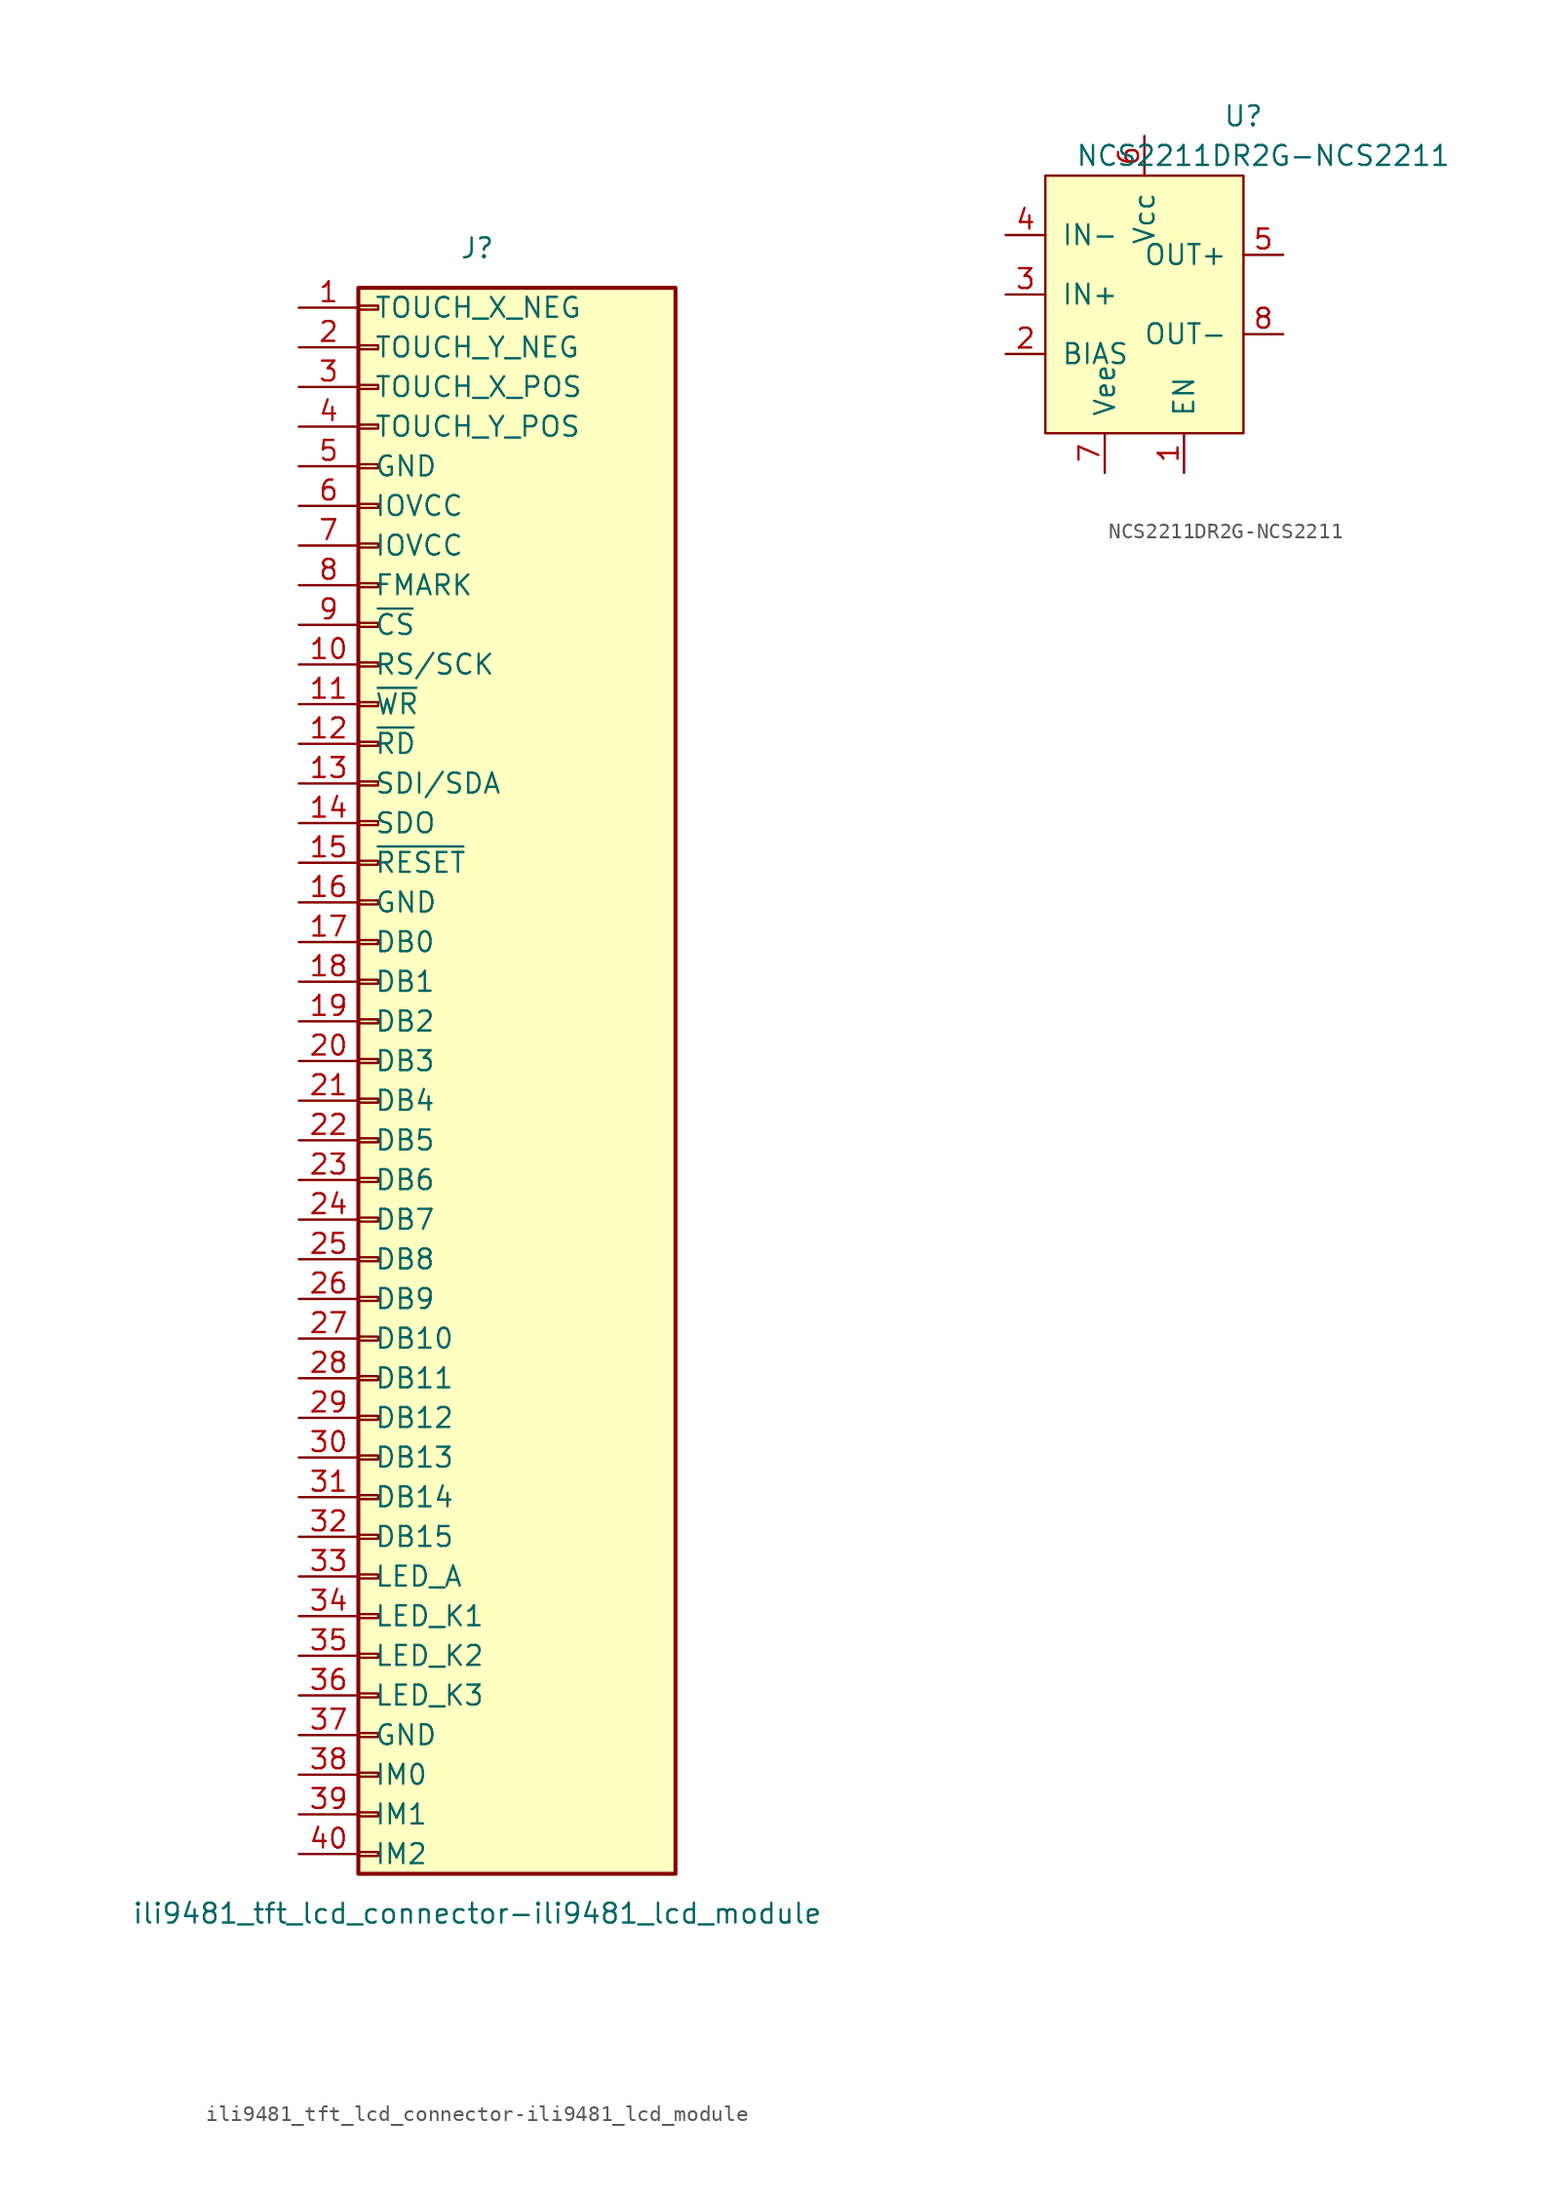
<source format=kicad_sym>
(kicad_symbol_lib
  (version 20220914)
  (generator kicad_symbol_editor)
  (symbol "ili9481_tft_lcd_connector-ili9481_lcd_module"
    (pin_names
      (offset 1.016))
    (property "Reference" "J"
      (at 0 52.07 0)
      (effects (font (size 1.27 1.27))))
    (property "Value" "ili9481_tft_lcd_connector-ili9481_lcd_module"
      (at 0 -54.61 0)
      (effects (font (size 1.27 1.27))))
    (symbol "ili9481_tft_lcd_connector-ili9481_lcd_module_1_1"
      (rectangle (start -7.62 -50.673) (end -6.35 -50.927) (stroke (width 0.152) (type solid)) (fill (type none)))
      (rectangle (start -7.62 -48.133) (end -6.35 -48.387) (stroke (width 0.152) (type solid)) (fill (type none)))
      (rectangle (start -7.62 -45.593) (end -6.35 -45.847) (stroke (width 0.152) (type solid)) (fill (type none)))
      (rectangle (start -7.62 -43.053) (end -6.35 -43.307) (stroke (width 0.152) (type solid)) (fill (type none)))
      (rectangle (start -7.62 -40.513) (end -6.35 -40.767) (stroke (width 0.152) (type solid)) (fill (type none)))
      (rectangle (start -7.62 -37.973) (end -6.35 -38.227) (stroke (width 0.152) (type solid)) (fill (type none)))
      (rectangle (start -7.62 -35.433) (end -6.35 -35.687) (stroke (width 0.152) (type solid)) (fill (type none)))
      (rectangle (start -7.62 -32.893) (end -6.35 -33.147) (stroke (width 0.152) (type solid)) (fill (type none)))
      (rectangle (start -7.62 -30.353) (end -6.35 -30.607) (stroke (width 0.152) (type solid)) (fill (type none)))
      (rectangle (start -7.62 -27.813) (end -6.35 -28.067) (stroke (width 0.152) (type solid)) (fill (type none)))
      (rectangle (start -7.62 -25.273) (end -6.35 -25.527) (stroke (width 0.152) (type solid)) (fill (type none)))
      (rectangle (start -7.62 -22.733) (end -6.35 -22.987) (stroke (width 0.152) (type solid)) (fill (type none)))
      (rectangle (start -7.62 -20.193) (end -6.35 -20.447) (stroke (width 0.152) (type solid)) (fill (type none)))
      (rectangle (start -7.62 -17.653) (end -6.35 -17.907) (stroke (width 0.152) (type solid)) (fill (type none)))
      (rectangle (start -7.62 -15.113) (end -6.35 -15.367) (stroke (width 0.152) (type solid)) (fill (type none)))
      (rectangle (start -7.62 -12.573) (end -6.35 -12.827) (stroke (width 0.152) (type solid)) (fill (type none)))
      (rectangle (start -7.62 -10.033) (end -6.35 -10.287) (stroke (width 0.152) (type solid)) (fill (type none)))
      (rectangle (start -7.62 -7.493) (end -6.35 -7.747) (stroke (width 0.152) (type solid)) (fill (type none)))
      (rectangle (start -7.62 -4.953) (end -6.35 -5.207) (stroke (width 0.152) (type solid)) (fill (type none)))
      (rectangle (start -7.62 -2.413) (end -6.35 -2.667) (stroke (width 0.152) (type solid)) (fill (type none)))
      (rectangle (start -7.62 0.127) (end -6.35 -0.127) (stroke (width 0.152) (type solid)) (fill (type none)))
      (rectangle (start -7.62 2.667) (end -6.35 2.413) (stroke (width 0.152) (type solid)) (fill (type none)))
      (rectangle (start -7.62 5.207) (end -6.35 4.953) (stroke (width 0.152) (type solid)) (fill (type none)))
      (rectangle (start -7.62 7.747) (end -6.35 7.493) (stroke (width 0.152) (type solid)) (fill (type none)))
      (rectangle (start -7.62 10.287) (end -6.35 10.033) (stroke (width 0.152) (type solid)) (fill (type none)))
      (rectangle (start -7.62 12.827) (end -6.35 12.573) (stroke (width 0.152) (type solid)) (fill (type none)))
      (rectangle (start -7.62 15.367) (end -6.35 15.113) (stroke (width 0.152) (type solid)) (fill (type none)))
      (rectangle (start -7.62 17.907) (end -6.35 17.653) (stroke (width 0.152) (type solid)) (fill (type none)))
      (rectangle (start -7.62 20.447) (end -6.35 20.193) (stroke (width 0.152) (type solid)) (fill (type none)))
      (rectangle (start -7.62 22.987) (end -6.35 22.733) (stroke (width 0.152) (type solid)) (fill (type none)))
      (rectangle (start -7.62 25.527) (end -6.35 25.273) (stroke (width 0.152) (type solid)) (fill (type none)))
      (rectangle (start -7.62 28.067) (end -6.35 27.813) (stroke (width 0.152) (type solid)) (fill (type none)))
      (rectangle (start -7.62 30.607) (end -6.35 30.353) (stroke (width 0.152) (type solid)) (fill (type none)))
      (rectangle (start -7.62 33.147) (end -6.35 32.893) (stroke (width 0.152) (type solid)) (fill (type none)))
      (rectangle (start -7.62 35.687) (end -6.35 35.433) (stroke (width 0.152) (type solid)) (fill (type none)))
      (rectangle (start -7.62 38.227) (end -6.35 37.973) (stroke (width 0.152) (type solid)) (fill (type none)))
      (rectangle (start -7.62 40.767) (end -6.35 40.513) (stroke (width 0.152) (type solid)) (fill (type none)))
      (rectangle (start -7.62 43.307) (end -6.35 43.053) (stroke (width 0.152) (type solid)) (fill (type none)))
      (rectangle (start -7.62 45.847) (end -6.35 45.593) (stroke (width 0.152) (type solid)) (fill (type none)))
      (rectangle (start -7.62 48.387) (end -6.35 48.133) (stroke (width 0.152) (type solid)) (fill (type none)))
      (rectangle (start -7.62 49.53) (end 12.7 -52.07) (stroke (width 0.254) (type solid)) (fill (type background)))
      (pin passive line (at -11.43 48.26 0) (length 3.81) (name "TOUCH_X_NEG" (effects (font (size 1.27 1.27)))) (number "1" (effects (font (size 1.27 1.27)))))
      (pin passive line (at -11.43 25.4 0) (length 3.81) (name "RS/SCK" (effects (font (size 1.27 1.27)))) (number "10" (effects (font (size 1.27 1.27)))))
      (pin passive line (at -11.43 22.86 0) (length 3.81) (name "~{WR}" (effects (font (size 1.27 1.27)))) (number "11" (effects (font (size 1.27 1.27)))))
      (pin passive line (at -11.43 20.32 0) (length 3.81) (name "~{RD}" (effects (font (size 1.27 1.27)))) (number "12" (effects (font (size 1.27 1.27)))))
      (pin passive line (at -11.43 17.78 0) (length 3.81) (name "SDI/SDA" (effects (font (size 1.27 1.27)))) (number "13" (effects (font (size 1.27 1.27)))))
      (pin passive line (at -11.43 15.24 0) (length 3.81) (name "SDO" (effects (font (size 1.27 1.27)))) (number "14" (effects (font (size 1.27 1.27)))))
      (pin passive line (at -11.43 12.7 0) (length 3.81) (name "~{RESET}" (effects (font (size 1.27 1.27)))) (number "15" (effects (font (size 1.27 1.27)))))
      (pin power_in line (at -11.43 10.16 0) (length 3.81) (name "GND" (effects (font (size 1.27 1.27)))) (number "16" (effects (font (size 1.27 1.27)))))
      (pin passive line (at -11.43 7.62 0) (length 3.81) (name "DB0" (effects (font (size 1.27 1.27)))) (number "17" (effects (font (size 1.27 1.27)))))
      (pin passive line (at -11.43 5.08 0) (length 3.81) (name "DB1" (effects (font (size 1.27 1.27)))) (number "18" (effects (font (size 1.27 1.27)))))
      (pin passive line (at -11.43 2.54 0) (length 3.81) (name "DB2" (effects (font (size 1.27 1.27)))) (number "19" (effects (font (size 1.27 1.27)))))
      (pin passive line (at -11.43 45.72 0) (length 3.81) (name "TOUCH_Y_NEG" (effects (font (size 1.27 1.27)))) (number "2" (effects (font (size 1.27 1.27)))))
      (pin passive line (at -11.43 0 0) (length 3.81) (name "DB3" (effects (font (size 1.27 1.27)))) (number "20" (effects (font (size 1.27 1.27)))))
      (pin passive line (at -11.43 -2.54 0) (length 3.81) (name "DB4" (effects (font (size 1.27 1.27)))) (number "21" (effects (font (size 1.27 1.27)))))
      (pin passive line (at -11.43 -5.08 0) (length 3.81) (name "DB5" (effects (font (size 1.27 1.27)))) (number "22" (effects (font (size 1.27 1.27)))))
      (pin passive line (at -11.43 -7.62 0) (length 3.81) (name "DB6" (effects (font (size 1.27 1.27)))) (number "23" (effects (font (size 1.27 1.27)))))
      (pin passive line (at -11.43 -10.16 0) (length 3.81) (name "DB7" (effects (font (size 1.27 1.27)))) (number "24" (effects (font (size 1.27 1.27)))))
      (pin passive line (at -11.43 -12.7 0) (length 3.81) (name "DB8" (effects (font (size 1.27 1.27)))) (number "25" (effects (font (size 1.27 1.27)))))
      (pin passive line (at -11.43 -15.24 0) (length 3.81) (name "DB9" (effects (font (size 1.27 1.27)))) (number "26" (effects (font (size 1.27 1.27)))))
      (pin passive line (at -11.43 -17.78 0) (length 3.81) (name "DB10" (effects (font (size 1.27 1.27)))) (number "27" (effects (font (size 1.27 1.27)))))
      (pin passive line (at -11.43 -20.32 0) (length 3.81) (name "DB11" (effects (font (size 1.27 1.27)))) (number "28" (effects (font (size 1.27 1.27)))))
      (pin passive line (at -11.43 -22.86 0) (length 3.81) (name "DB12" (effects (font (size 1.27 1.27)))) (number "29" (effects (font (size 1.27 1.27)))))
      (pin passive line (at -11.43 43.18 0) (length 3.81) (name "TOUCH_X_POS" (effects (font (size 1.27 1.27)))) (number "3" (effects (font (size 1.27 1.27)))))
      (pin passive line (at -11.43 -25.4 0) (length 3.81) (name "DB13" (effects (font (size 1.27 1.27)))) (number "30" (effects (font (size 1.27 1.27)))))
      (pin passive line (at -11.43 -27.94 0) (length 3.81) (name "DB14" (effects (font (size 1.27 1.27)))) (number "31" (effects (font (size 1.27 1.27)))))
      (pin passive line (at -11.43 -30.48 0) (length 3.81) (name "DB15" (effects (font (size 1.27 1.27)))) (number "32" (effects (font (size 1.27 1.27)))))
      (pin passive line (at -11.43 -33.02 0) (length 3.81) (name "LED_A" (effects (font (size 1.27 1.27)))) (number "33" (effects (font (size 1.27 1.27)))))
      (pin passive line (at -11.43 -35.56 0) (length 3.81) (name "LED_K1" (effects (font (size 1.27 1.27)))) (number "34" (effects (font (size 1.27 1.27)))))
      (pin passive line (at -11.43 -38.1 0) (length 3.81) (name "LED_K2" (effects (font (size 1.27 1.27)))) (number "35" (effects (font (size 1.27 1.27)))))
      (pin passive line (at -11.43 -40.64 0) (length 3.81) (name "LED_K3" (effects (font (size 1.27 1.27)))) (number "36" (effects (font (size 1.27 1.27)))))
      (pin power_in line (at -11.43 -43.18 0) (length 3.81) (name "GND" (effects (font (size 1.27 1.27)))) (number "37" (effects (font (size 1.27 1.27)))))
      (pin passive line (at -11.43 -45.72 0) (length 3.81) (name "IM0" (effects (font (size 1.27 1.27)))) (number "38" (effects (font (size 1.27 1.27)))))
      (pin passive line (at -11.43 -48.26 0) (length 3.81) (name "IM1" (effects (font (size 1.27 1.27)))) (number "39" (effects (font (size 1.27 1.27)))))
      (pin passive line (at -11.43 40.64 0) (length 3.81) (name "TOUCH_Y_POS" (effects (font (size 1.27 1.27)))) (number "4" (effects (font (size 1.27 1.27)))))
      (pin passive line (at -11.43 -50.8 0) (length 3.81) (name "IM2" (effects (font (size 1.27 1.27)))) (number "40" (effects (font (size 1.27 1.27)))))
      (pin power_in line (at -11.43 38.1 0) (length 3.81) (name "GND" (effects (font (size 1.27 1.27)))) (number "5" (effects (font (size 1.27 1.27)))))
      (pin power_in line (at -11.43 35.56 0) (length 3.81) (name "IOVCC" (effects (font (size 1.27 1.27)))) (number "6" (effects (font (size 1.27 1.27)))))
      (pin power_in line (at -11.43 33.02 0) (length 3.81) (name "IOVCC" (effects (font (size 1.27 1.27)))) (number "7" (effects (font (size 1.27 1.27)))))
      (pin passive line (at -11.43 30.48 0) (length 3.81) (name "FMARK" (effects (font (size 1.27 1.27)))) (number "8" (effects (font (size 1.27 1.27)))))
      (pin passive line (at -11.43 27.94 0) (length 3.81) (name "~{CS}" (effects (font (size 1.27 1.27)))) (number "9" (effects (font (size 1.27 1.27)))))))
  (symbol "NCS2211DR2G-NCS2211"
    (pin_names
      (offset 1.016))
    (property "Reference" "U"
      (at 6.35 11.43 0)
      (effects (font (size 1.27 1.27))))
    (property "Value" "NCS2211DR2G-NCS2211"
      (at 7.62 8.89 0)
      (effects (font (size 1.27 1.27))))
    (symbol "NCS2211DR2G-NCS2211_0_1"
      (rectangle (start -6.35 7.62) (end 6.35 -8.89) (stroke (width 0) (type solid)) (fill (type background))))
    (symbol "NCS2211DR2G-NCS2211_1_1"
      (pin input line (at 2.54 -11.43 90) (length 2.54) (name "EN" (effects (font (size 1.27 1.27)))) (number "1" (effects (font (size 1.27 1.27)))))
      (pin passive line (at -8.89 -3.81 0) (length 2.54) (name "BIAS" (effects (font (size 1.27 1.27)))) (number "2" (effects (font (size 1.27 1.27)))))
      (pin passive line (at -8.89 0 0) (length 2.54) (name "IN+" (effects (font (size 1.27 1.27)))) (number "3" (effects (font (size 1.27 1.27)))))
      (pin passive line (at -8.89 3.81 0) (length 2.54) (name "IN-" (effects (font (size 1.27 1.27)))) (number "4" (effects (font (size 1.27 1.27)))))
      (pin output line (at 8.89 2.54 180) (length 2.54) (name "OUT+" (effects (font (size 1.27 1.27)))) (number "5" (effects (font (size 1.27 1.27)))))
      (pin power_in line (at 0 10.16 270) (length 2.54) (name "Vcc" (effects (font (size 1.27 1.27)))) (number "6" (effects (font (size 1.27 1.27)))))
      (pin power_in line (at -2.54 -11.43 90) (length 2.54) (name "Vee" (effects (font (size 1.27 1.27)))) (number "7" (effects (font (size 1.27 1.27)))))
      (pin output line (at 8.89 -2.54 180) (length 2.54) (name "OUT-" (effects (font (size 1.27 1.27)))) (number "8" (effects (font (size 1.27 1.27))))))))
</source>
